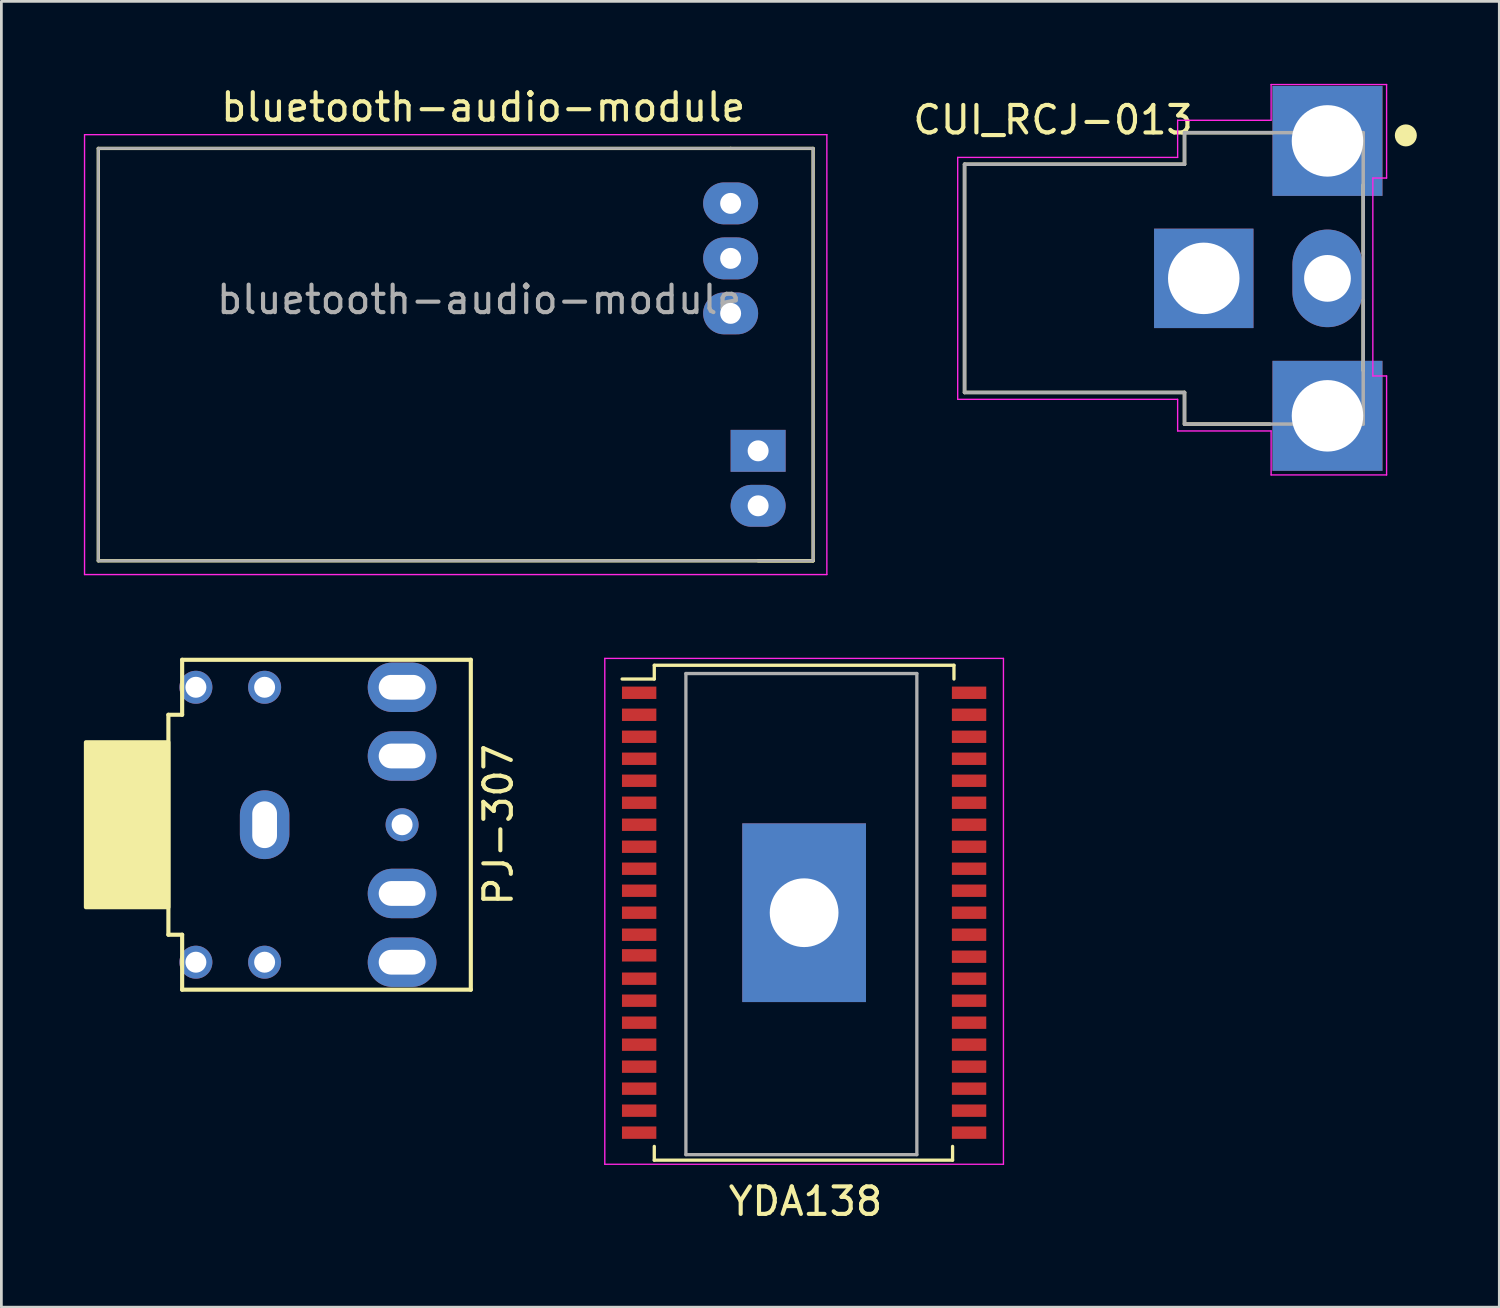
<source format=kicad_pcb>
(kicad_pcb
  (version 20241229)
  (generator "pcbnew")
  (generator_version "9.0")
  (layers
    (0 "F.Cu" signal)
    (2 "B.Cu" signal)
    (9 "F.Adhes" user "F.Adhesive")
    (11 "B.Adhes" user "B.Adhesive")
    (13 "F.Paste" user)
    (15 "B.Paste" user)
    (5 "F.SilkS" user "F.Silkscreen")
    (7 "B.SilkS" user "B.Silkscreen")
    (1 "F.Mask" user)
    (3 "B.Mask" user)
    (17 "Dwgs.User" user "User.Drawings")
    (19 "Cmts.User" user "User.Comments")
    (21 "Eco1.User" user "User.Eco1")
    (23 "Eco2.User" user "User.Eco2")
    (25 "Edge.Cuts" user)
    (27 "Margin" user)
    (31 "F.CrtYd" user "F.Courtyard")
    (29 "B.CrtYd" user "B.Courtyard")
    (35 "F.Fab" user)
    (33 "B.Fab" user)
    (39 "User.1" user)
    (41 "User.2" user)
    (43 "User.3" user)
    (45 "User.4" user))
  (footprint "PJ-307"
    (layer "F.Cu")
    (at 9.575 26.948)
    (property "Reference" "PJ-307" (at 5.5 0 270) (layer "F.SilkS") (effects (font (size 1 1) (thickness 0.15))))
    (attr through_hole)
    (fp_line (start -6.5 4) (end -6.5 -4) (stroke (width 0.15) (type solid)) (layer "F.SilkS"))
    (fp_line (start -6 -6) (end -6 -4) (stroke (width 0.15) (type solid)) (layer "F.SilkS"))
    (fp_line (start -6 -6) (end 4.5 -6) (stroke (width 0.15) (type solid)) (layer "F.SilkS"))
    (fp_line (start -6 -4) (end -6.5 -4) (stroke (width 0.15) (type solid)) (layer "F.SilkS"))
    (fp_line (start -6 4) (end -6.5 4) (stroke (width 0.15) (type solid)) (layer "F.SilkS"))
    (fp_line (start -6 6) (end -6 4) (stroke (width 0.15) (type solid)) (layer "F.SilkS"))
    (fp_line (start 4.5 -6) (end 4.5 6) (stroke (width 0.15) (type solid)) (layer "F.SilkS"))
    (fp_line (start 4.5 6) (end -6 6) (stroke (width 0.15) (type solid)) (layer "F.SilkS"))
    (fp_poly (pts (xy -6.5 -3) (xy -6.5 3) (xy -9.5 3) (xy -9.5 -3)) (stroke (width 0.15) (type solid)) (fill yes) (layer "F.SilkS"))
    (pad "" np_thru_hole circle (at -5.5 -5) (size 1.2 1.2) (drill 0.762) (layers "*.Cu" "*.Mask"))
    (pad "" np_thru_hole circle (at -5.5 5) (size 1.2 1.2) (drill 0.762) (layers "*.Cu" "*.Mask"))
    (pad "" np_thru_hole circle (at -3 -5) (size 1.2 1.2) (drill 0.762) (layers "*.Cu" "*.Mask"))
    (pad "" np_thru_hole circle (at -3 5) (size 1.2 1.2) (drill 0.762) (layers "*.Cu" "*.Mask"))
    (pad "" np_thru_hole circle (at 2 0) (size 1.2 1.2) (drill 0.762) (layers "*.Cu" "*.Mask"))
    (pad "G" thru_hole oval (at -3 0 90) (size 2.5 1.8) (drill oval 1.7 0.9) (layers "*.Cu" "*.Mask"))
    (pad "S" thru_hole oval (at 2 5) (size 2.5 1.8) (drill oval 1.7 0.9) (layers "*.Cu" "*.Mask"))
    (pad "SN" thru_hole oval (at 2 2.5) (size 2.5 1.8) (drill oval 1.7 0.9) (layers "*.Cu" "*.Mask"))
    (pad "T" thru_hole oval (at 2 -5) (size 2.5 1.8) (drill oval 1.7 0.9) (layers "*.Cu" "*.Mask"))
    (pad "TN" thru_hole oval (at 2 -2.5) (size 2.5 1.8) (drill oval 1.7 0.9) (layers "*.Cu" "*.Mask")))
  (footprint "bluetooth-audio-module"
    (layer "F.Cu")
    (at 23.525 8.348)
    (property "Reference" "bluetooth-audio-module" (at -9 -7.5 0) (unlocked yes) (layer "F.SilkS") (effects (font (size 1 1) (thickness 0.15))))
    (attr through_hole)
    (fp_line (start -23 -6) (end -23 9) (stroke (width 0.12) (type solid)) (layer "F.SilkS"))
    (fp_line (start 0 -6) (end -23 -6) (stroke (width 0.12) (type solid)) (layer "F.SilkS"))
    (fp_line (start 0 -6) (end 3 -6) (stroke (width 0.12) (type solid)) (layer "F.SilkS"))
    (fp_line (start 1 9) (end 3 9) (stroke (width 0.12) (type solid)) (layer "F.SilkS"))
    (fp_line (start 3 9) (end -23 9) (stroke (width 0.12) (type solid)) (layer "F.SilkS"))
    (fp_line (start 3 9) (end 3 -6) (stroke (width 0.12) (type solid)) (layer "F.SilkS"))
    (fp_line (start -23.5 -6.5) (end 3.5 -6.5) (stroke (width 0.05) (type solid)) (layer "F.CrtYd"))
    (fp_line (start -23.5 9.5) (end -23.5 -6.5) (stroke (width 0.05) (type solid)) (layer "F.CrtYd"))
    (fp_line (start 3.5 -6.5) (end 3.5 9.5) (stroke (width 0.05) (type solid)) (layer "F.CrtYd"))
    (fp_line (start 3.5 9.5) (end -23.5 9.5) (stroke (width 0.05) (type solid)) (layer "F.CrtYd"))
    (fp_line (start -23 -6) (end 3 -6) (stroke (width 0.1) (type solid)) (layer "F.Fab"))
    (fp_line (start -23 9) (end -23 -6) (stroke (width 0.1) (type solid)) (layer "F.Fab"))
    (fp_line (start 3 -6) (end 3 9) (stroke (width 0.1) (type solid)) (layer "F.Fab"))
    (fp_line (start 3 9) (end -23 9) (stroke (width 0.1) (type solid)) (layer "F.Fab"))
    (fp_text user "${REFERENCE}" (at -9.15 -0.5 0) (unlocked yes) (layer "F.Fab") (effects (font (size 1 1) (thickness 0.15))))
    (pad "1" thru_hole oval (at 0 0) (size 2 1.524) (drill 0.762) (layers "*.Cu" "*.Mask"))
    (pad "2" thru_hole oval (at 0 -2) (size 2 1.524) (drill 0.762) (layers "*.Cu" "*.Mask"))
    (pad "3" thru_hole oval (at 0 -4) (size 2 1.524) (drill 0.762) (layers "*.Cu" "*.Mask"))
    (pad "4" thru_hole oval (at 1 7) (size 2 1.524) (drill 0.762) (layers "*.Cu" "*.Mask"))
    (pad "5" thru_hole rect (at 1 5) (size 2 1.524) (drill 0.762) (layers "*.Cu" "*.Mask")))
  (footprint "YDA138"
    (layer "F.Cu")
    (at 26.248 30.148)
    (property "Reference" "YDA138" (at 0 10.5 0) (unlocked yes) (layer "F.SilkS") (effects (font (size 1 1) (thickness 0.15))))
    (attr through_hole)
    (fp_line (start -5.5 -9) (end -5.5 -8.5) (stroke (width 0.12) (type solid)) (layer "F.SilkS"))
    (fp_line (start -5.5 -9) (end 5.4 -9) (stroke (width 0.12) (type solid)) (layer "F.SilkS"))
    (fp_line (start -5.5 -8.5) (end -6.67 -8.5) (stroke (width 0.12) (type solid)) (layer "F.SilkS"))
    (fp_line (start -5.5 8.5) (end -5.5 9) (stroke (width 0.12) (type solid)) (layer "F.SilkS"))
    (fp_line (start -5.5 9) (end 5.35 9) (stroke (width 0.12) (type solid)) (layer "F.SilkS"))
    (fp_line (start 5.35 9) (end 5.35 8.5) (stroke (width 0.12) (type solid)) (layer "F.SilkS"))
    (fp_line (start 5.4 -9) (end 5.4 -8.5) (stroke (width 0.12) (type solid)) (layer "F.SilkS"))
    (fp_line (start -7.3 -9.25) (end -7.3 9.15) (stroke (width 0.05) (type solid)) (layer "F.CrtYd"))
    (fp_line (start -7.3 -9.25) (end 7.2 -9.25) (stroke (width 0.05) (type solid)) (layer "F.CrtYd"))
    (fp_line (start -7.3 9.15) (end 7.2 9.15) (stroke (width 0.05) (type solid)) (layer "F.CrtYd"))
    (fp_line (start 7.2 -9.25) (end 7.2 9.15) (stroke (width 0.05) (type solid)) (layer "F.CrtYd"))
    (fp_line (start -4.35 -8.7) (end -4.35 8.8) (stroke (width 0.12) (type solid)) (layer "F.Fab"))
    (fp_line (start -4.35 -8.7) (end 4.05 -8.7) (stroke (width 0.12) (type solid)) (layer "F.Fab"))
    (fp_line (start -4.35 8.8) (end 4.05 8.8) (stroke (width 0.12) (type solid)) (layer "F.Fab"))
    (fp_line (start 4.05 -8.7) (end 4.05 8.8) (stroke (width 0.12) (type solid)) (layer "F.Fab"))
    (pad "1" smd rect (at -6.05 -8) (size 1.25 0.45) (layers "F.Cu" "F.Mask" "F.Paste"))
    (pad "2" smd rect (at -6.05 -7.2) (size 1.25 0.45) (layers "F.Cu" "F.Mask" "F.Paste"))
    (pad "3" smd rect (at -6.05 -6.4) (size 1.25 0.45) (layers "F.Cu" "F.Mask" "F.Paste"))
    (pad "4" smd rect (at -6.05 -5.6) (size 1.25 0.45) (layers "F.Cu" "F.Mask" "F.Paste"))
    (pad "5" smd rect (at -6.05 -4.8) (size 1.25 0.45) (layers "F.Cu" "F.Mask" "F.Paste"))
    (pad "6" smd rect (at -6.05 -4) (size 1.25 0.45) (layers "F.Cu" "F.Mask" "F.Paste"))
    (pad "7" smd rect (at -6.05 -3.2) (size 1.25 0.45) (layers "F.Cu" "F.Mask" "F.Paste"))
    (pad "8" smd rect (at -6.05 -2.4) (size 1.25 0.45) (layers "F.Cu" "F.Mask" "F.Paste"))
    (pad "9" smd rect (at -6.05 -1.6) (size 1.25 0.45) (layers "F.Cu" "F.Mask" "F.Paste"))
    (pad "10" smd rect (at -6.05 -0.8) (size 1.25 0.45) (layers "F.Cu" "F.Mask" "F.Paste"))
    (pad "11" smd rect (at -6.05 0) (size 1.25 0.45) (layers "F.Cu" "F.Mask" "F.Paste"))
    (pad "12" smd rect (at -6.05 0.8) (size 1.25 0.45) (layers "F.Cu" "F.Mask" "F.Paste"))
    (pad "13" smd rect (at -6.05 1.55) (size 1.25 0.45) (layers "F.Cu" "F.Mask" "F.Paste"))
    (pad "14" smd rect (at -6.05 2.4) (size 1.25 0.45) (layers "F.Cu" "F.Mask" "F.Paste"))
    (pad "15" smd rect (at -6.05 3.2) (size 1.25 0.45) (layers "F.Cu" "F.Mask" "F.Paste"))
    (pad "16" smd rect (at -6.05 4) (size 1.25 0.45) (layers "F.Cu" "F.Mask" "F.Paste"))
    (pad "17" smd rect (at -6.05 4.8) (size 1.25 0.45) (layers "F.Cu" "F.Mask" "F.Paste"))
    (pad "18" smd rect (at -6.05 5.6) (size 1.25 0.45) (layers "F.Cu" "F.Mask" "F.Paste"))
    (pad "19" smd rect (at -6.05 6.4) (size 1.25 0.45) (layers "F.Cu" "F.Mask" "F.Paste"))
    (pad "20" smd rect (at -6.05 7.2) (size 1.25 0.45) (layers "F.Cu" "F.Mask" "F.Paste"))
    (pad "21" smd rect (at -6.05 8) (size 1.25 0.45) (layers "F.Cu" "F.Mask" "F.Paste"))
    (pad "22" smd rect (at 5.95 8) (size 1.25 0.45) (layers "F.Cu" "F.Mask" "F.Paste"))
    (pad "23" smd rect (at 5.95 7.2) (size 1.25 0.45) (layers "F.Cu" "F.Mask" "F.Paste"))
    (pad "24" smd rect (at 5.95 6.4) (size 1.25 0.45) (layers "F.Cu" "F.Mask" "F.Paste"))
    (pad "25" smd rect (at 5.95 5.6) (size 1.25 0.45) (layers "F.Cu" "F.Mask" "F.Paste"))
    (pad "26" smd rect (at 5.95 4.8) (size 1.25 0.45) (layers "F.Cu" "F.Mask" "F.Paste"))
    (pad "27" smd rect (at 5.95 4) (size 1.25 0.45) (layers "F.Cu" "F.Mask" "F.Paste"))
    (pad "28" smd rect (at 5.95 3.2) (size 1.25 0.45) (layers "F.Cu" "F.Mask" "F.Paste"))
    (pad "29" smd rect (at 5.95 2.4) (size 1.25 0.45) (layers "F.Cu" "F.Mask" "F.Paste"))
    (pad "30" smd rect (at 5.95 1.6) (size 1.25 0.45) (layers "F.Cu" "F.Mask" "F.Paste"))
    (pad "31" smd rect (at 5.95 0.8) (size 1.25 0.45) (layers "F.Cu" "F.Mask" "F.Paste"))
    (pad "32" smd rect (at 5.95 0) (size 1.25 0.45) (layers "F.Cu" "F.Mask" "F.Paste"))
    (pad "33" smd rect (at 5.95 -0.8) (size 1.25 0.45) (layers "F.Cu" "F.Mask" "F.Paste"))
    (pad "34" smd rect (at 5.95 -1.6) (size 1.25 0.45) (layers "F.Cu" "F.Mask" "F.Paste"))
    (pad "35" smd rect (at 5.95 -2.4) (size 1.25 0.45) (layers "F.Cu" "F.Mask" "F.Paste"))
    (pad "36" smd rect (at 5.95 -3.2) (size 1.25 0.45) (layers "F.Cu" "F.Mask" "F.Paste"))
    (pad "37" smd rect (at 5.95 -4) (size 1.25 0.45) (layers "F.Cu" "F.Mask" "F.Paste"))
    (pad "38" smd rect (at 5.95 -4.8) (size 1.25 0.45) (layers "F.Cu" "F.Mask" "F.Paste"))
    (pad "39" smd rect (at 5.95 -5.6) (size 1.25 0.45) (layers "F.Cu" "F.Mask" "F.Paste"))
    (pad "40" smd rect (at 5.95 -6.4) (size 1.25 0.45) (layers "F.Cu" "F.Mask" "F.Paste"))
    (pad "41" smd rect (at 5.95 -7.2) (size 1.25 0.45) (layers "F.Cu" "F.Mask" "F.Paste"))
    (pad "42" smd rect (at 5.95 -8) (size 1.25 0.45) (layers "F.Cu" "F.Mask" "F.Paste"))
    (pad "GND" thru_hole rect (at -0.05 0) (size 4.5 6.5) (drill 2.5) (layers "*.Cu" "*.Mask")))
  (footprint "CUI_RCJ-013"
    (layer "F.Cu")
    (at 39.284 7.075)
    (property "Reference" "CUI_RCJ-013" (at -4.031 -5.763 0) (layer "F.SilkS") (effects (font (size 1.001 1.001) (thickness 0.15))))
    (attr through_hole)
    (fp_line (start -7.25 -4.15) (end -7.25 4.15) (stroke (width 0.127) (type solid)) (layer "F.SilkS"))
    (fp_line (start -7.25 4.15) (end 0.75 4.15) (stroke (width 0.127) (type solid)) (layer "F.SilkS"))
    (fp_line (start 0.75 -5.3) (end 0.75 -4.15) (stroke (width 0.127) (type solid)) (layer "F.SilkS"))
    (fp_line (start 0.75 -4.15) (end -7.25 -4.15) (stroke (width 0.127) (type solid)) (layer "F.SilkS"))
    (fp_line (start 0.75 4.15) (end 0.75 5.3) (stroke (width 0.127) (type solid)) (layer "F.SilkS"))
    (fp_line (start 0.75 5.3) (end 3.85 5.3) (stroke (width 0.127) (type solid)) (layer "F.SilkS"))
    (fp_line (start 3.95 -5.3) (end 0.75 -5.3) (stroke (width 0.127) (type solid)) (layer "F.SilkS"))
    (fp_line (start 7.25 -0.9) (end 7.25 -3.4) (stroke (width 0.127) (type solid)) (layer "F.SilkS"))
    (fp_line (start 7.25 3.35) (end 7.25 0.8) (stroke (width 0.127) (type solid)) (layer "F.SilkS"))
    (fp_circle (center 8.8 -5.2) (end 9 -5.2) (stroke (width 0.4) (type solid)) (fill no) (layer "F.SilkS"))
    (fp_line (start -7.5 -4.4) (end -7.5 4.4) (stroke (width 0.05) (type solid)) (layer "F.CrtYd"))
    (fp_line (start -7.5 4.4) (end 0.5 4.4) (stroke (width 0.05) (type solid)) (layer "F.CrtYd"))
    (fp_line (start 0.5 -5.75) (end 0.5 -4.4) (stroke (width 0.05) (type solid)) (layer "F.CrtYd"))
    (fp_line (start 0.5 -4.4) (end -7.5 -4.4) (stroke (width 0.05) (type solid)) (layer "F.CrtYd"))
    (fp_line (start 0.5 4.4) (end 0.5 5.55) (stroke (width 0.05) (type solid)) (layer "F.CrtYd"))
    (fp_line (start 0.5 5.55) (end 3.9 5.55) (stroke (width 0.05) (type solid)) (layer "F.CrtYd"))
    (fp_line (start 3.9 -7.05) (end 8.1 -7.05) (stroke (width 0.05) (type solid)) (layer "F.CrtYd"))
    (fp_line (start 3.9 -5.75) (end 0.5 -5.75) (stroke (width 0.05) (type solid)) (layer "F.CrtYd"))
    (fp_line (start 3.9 -5.75) (end 3.9 -7.05) (stroke (width 0.05) (type solid)) (layer "F.CrtYd"))
    (fp_line (start 3.9 7.15) (end 3.9 5.55) (stroke (width 0.05) (type solid)) (layer "F.CrtYd"))
    (fp_line (start 7.6 -3.65) (end 7.6 3.55) (stroke (width 0.05) (type solid)) (layer "F.CrtYd"))
    (fp_line (start 7.6 3.55) (end 8.1 3.55) (stroke (width 0.05) (type solid)) (layer "F.CrtYd"))
    (fp_line (start 8.1 -7.05) (end 8.1 -3.65) (stroke (width 0.05) (type solid)) (layer "F.CrtYd"))
    (fp_line (start 8.1 -3.65) (end 7.6 -3.65) (stroke (width 0.05) (type solid)) (layer "F.CrtYd"))
    (fp_line (start 8.1 7.15) (end 3.9 7.15) (stroke (width 0.05) (type solid)) (layer "F.CrtYd"))
    (fp_line (start 8.1 7.15) (end 8.1 3.55) (stroke (width 0.05) (type solid)) (layer "F.CrtYd"))
    (fp_line (start -7.25 -4.15) (end -7.25 4.15) (stroke (width 0.127) (type solid)) (layer "F.Fab"))
    (fp_line (start -7.25 4.15) (end 0.75 4.15) (stroke (width 0.127) (type solid)) (layer "F.Fab"))
    (fp_line (start 0.75 -5.3) (end 0.75 -4.15) (stroke (width 0.127) (type solid)) (layer "F.Fab"))
    (fp_line (start 0.75 -4.15) (end -7.25 -4.15) (stroke (width 0.127) (type solid)) (layer "F.Fab"))
    (fp_line (start 0.75 4.15) (end 0.75 5.3) (stroke (width 0.127) (type solid)) (layer "F.Fab"))
    (fp_line (start 0.75 5.3) (end 7.25 5.3) (stroke (width 0.127) (type solid)) (layer "F.Fab"))
    (fp_line (start 7.25 -5.3) (end 0.75 -5.3) (stroke (width 0.127) (type solid)) (layer "F.Fab"))
    (fp_line (start 7.25 5.3) (end 7.25 -5.3) (stroke (width 0.127) (type solid)) (layer "F.Fab"))
    (pad "1" thru_hole oval (at 5.95 0) (size 2.55 3.55) (drill 1.7) (layers "*.Cu" "*.Mask"))
    (pad "2" thru_hole rect (at 1.45 0) (size 3.616 3.616) (drill 2.6) (layers "*.Cu" "*.Mask"))
    (pad "2" thru_hole rect (at 5.95 -5) (size 4 4) (drill 2.6) (layers "*.Cu" "*.Mask"))
    (pad "2" thru_hole rect (at 5.95 5) (size 4 4) (drill 2.6) (layers "*.Cu" "*.Mask")))
  (gr_rect
    (start -3 -3)
    (end 51.484 44.496)
    (stroke (width 0.1) (type default))
    (fill no)
    (layer "Edge.Cuts")))
</source>
